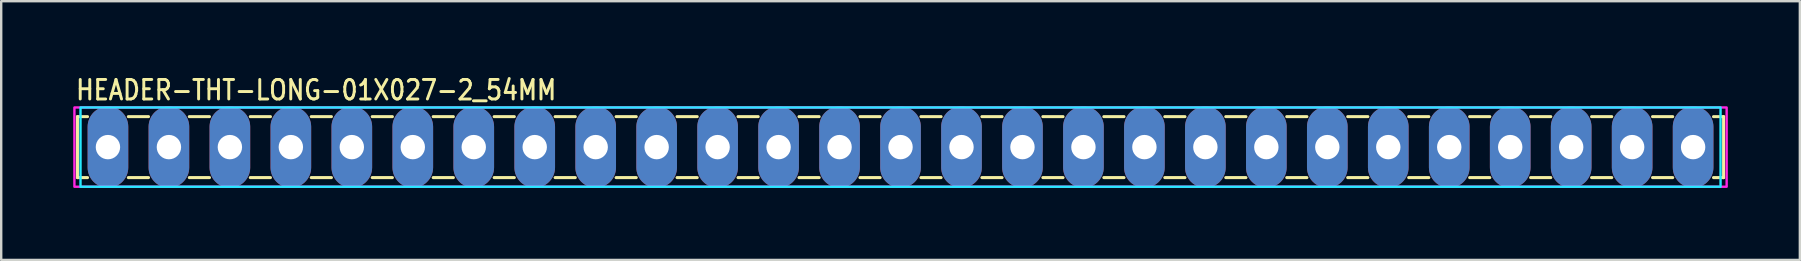
<source format=kicad_pcb>
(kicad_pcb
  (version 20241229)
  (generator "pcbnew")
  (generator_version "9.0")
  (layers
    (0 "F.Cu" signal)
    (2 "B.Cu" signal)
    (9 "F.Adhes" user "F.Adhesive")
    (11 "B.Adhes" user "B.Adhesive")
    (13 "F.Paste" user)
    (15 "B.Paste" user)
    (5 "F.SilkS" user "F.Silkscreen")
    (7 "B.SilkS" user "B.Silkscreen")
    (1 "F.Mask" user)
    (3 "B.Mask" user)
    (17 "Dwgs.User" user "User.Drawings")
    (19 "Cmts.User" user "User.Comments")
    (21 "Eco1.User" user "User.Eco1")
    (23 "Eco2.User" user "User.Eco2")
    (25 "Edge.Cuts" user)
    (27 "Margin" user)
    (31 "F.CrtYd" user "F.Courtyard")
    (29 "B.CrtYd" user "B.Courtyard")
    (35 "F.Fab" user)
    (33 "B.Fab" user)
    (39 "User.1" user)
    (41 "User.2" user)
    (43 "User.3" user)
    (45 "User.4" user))
  (footprint "HEADER-THT-LONG-01X027-2_54MM"
    (layer "F.Cu")
    (at 1.447 3.079)
    (property "Reference" "HEADER-THT-LONG-01X027-2_54MM" (at -1.4 -1.9 0) (unlocked yes) (layer "F.SilkS") (effects (font (size 0.813 0.695) (thickness 0.122)) (justify left bottom)))
    (fp_line (start -1.27 -1.27) (end -1.27 1.27) (stroke (width 0.127) (type solid)) (layer "F.SilkS"))
    (fp_line (start -1.27 1.27) (end -0.85 1.27) (stroke (width 0.127) (type solid)) (layer "F.SilkS"))
    (fp_line (start -0.85 -1.27) (end -1.27 -1.27) (stroke (width 0.127) (type solid)) (layer "F.SilkS"))
    (fp_line (start 0.85 -1.27) (end 1.69 -1.27) (stroke (width 0.127) (type solid)) (layer "F.SilkS"))
    (fp_line (start 0.85 1.27) (end 1.69 1.27) (stroke (width 0.127) (type solid)) (layer "F.SilkS"))
    (fp_line (start 3.39 -1.27) (end 4.23 -1.27) (stroke (width 0.127) (type solid)) (layer "F.SilkS"))
    (fp_line (start 3.39 1.27) (end 4.23 1.27) (stroke (width 0.127) (type solid)) (layer "F.SilkS"))
    (fp_line (start 5.93 -1.27) (end 6.77 -1.27) (stroke (width 0.127) (type solid)) (layer "F.SilkS"))
    (fp_line (start 5.93 1.27) (end 6.77 1.27) (stroke (width 0.127) (type solid)) (layer "F.SilkS"))
    (fp_line (start 8.47 -1.27) (end 9.31 -1.27) (stroke (width 0.127) (type solid)) (layer "F.SilkS"))
    (fp_line (start 8.47 1.27) (end 9.31 1.27) (stroke (width 0.127) (type solid)) (layer "F.SilkS"))
    (fp_line (start 11.01 -1.27) (end 11.85 -1.27) (stroke (width 0.127) (type solid)) (layer "F.SilkS"))
    (fp_line (start 11.01 1.27) (end 11.85 1.27) (stroke (width 0.127) (type solid)) (layer "F.SilkS"))
    (fp_line (start 13.55 -1.27) (end 14.39 -1.27) (stroke (width 0.127) (type solid)) (layer "F.SilkS"))
    (fp_line (start 13.55 1.27) (end 14.39 1.27) (stroke (width 0.127) (type solid)) (layer "F.SilkS"))
    (fp_line (start 16.09 -1.27) (end 16.93 -1.27) (stroke (width 0.127) (type solid)) (layer "F.SilkS"))
    (fp_line (start 16.09 1.27) (end 16.93 1.27) (stroke (width 0.127) (type solid)) (layer "F.SilkS"))
    (fp_line (start 18.63 -1.27) (end 19.47 -1.27) (stroke (width 0.127) (type solid)) (layer "F.SilkS"))
    (fp_line (start 18.63 1.27) (end 19.47 1.27) (stroke (width 0.127) (type solid)) (layer "F.SilkS"))
    (fp_line (start 21.17 -1.27) (end 22.01 -1.27) (stroke (width 0.127) (type solid)) (layer "F.SilkS"))
    (fp_line (start 21.17 1.27) (end 22.01 1.27) (stroke (width 0.127) (type solid)) (layer "F.SilkS"))
    (fp_line (start 23.71 -1.27) (end 24.55 -1.27) (stroke (width 0.127) (type solid)) (layer "F.SilkS"))
    (fp_line (start 23.71 1.27) (end 24.55 1.27) (stroke (width 0.127) (type solid)) (layer "F.SilkS"))
    (fp_line (start 26.25 -1.27) (end 27.09 -1.27) (stroke (width 0.127) (type solid)) (layer "F.SilkS"))
    (fp_line (start 26.25 1.27) (end 27.09 1.27) (stroke (width 0.127) (type solid)) (layer "F.SilkS"))
    (fp_line (start 28.79 -1.27) (end 29.63 -1.27) (stroke (width 0.127) (type solid)) (layer "F.SilkS"))
    (fp_line (start 28.79 1.27) (end 29.63 1.27) (stroke (width 0.127) (type solid)) (layer "F.SilkS"))
    (fp_line (start 31.33 -1.27) (end 32.17 -1.27) (stroke (width 0.127) (type solid)) (layer "F.SilkS"))
    (fp_line (start 31.33 1.27) (end 32.17 1.27) (stroke (width 0.127) (type solid)) (layer "F.SilkS"))
    (fp_line (start 33.87 -1.27) (end 34.71 -1.27) (stroke (width 0.127) (type solid)) (layer "F.SilkS"))
    (fp_line (start 33.87 1.27) (end 34.71 1.27) (stroke (width 0.127) (type solid)) (layer "F.SilkS"))
    (fp_line (start 36.41 -1.27) (end 37.25 -1.27) (stroke (width 0.127) (type solid)) (layer "F.SilkS"))
    (fp_line (start 36.41 1.27) (end 37.25 1.27) (stroke (width 0.127) (type solid)) (layer "F.SilkS"))
    (fp_line (start 38.95 -1.27) (end 39.79 -1.27) (stroke (width 0.127) (type solid)) (layer "F.SilkS"))
    (fp_line (start 38.95 1.27) (end 39.79 1.27) (stroke (width 0.127) (type solid)) (layer "F.SilkS"))
    (fp_line (start 41.49 -1.27) (end 42.33 -1.27) (stroke (width 0.127) (type solid)) (layer "F.SilkS"))
    (fp_line (start 41.49 1.27) (end 42.33 1.27) (stroke (width 0.127) (type solid)) (layer "F.SilkS"))
    (fp_line (start 44.03 -1.27) (end 44.87 -1.27) (stroke (width 0.127) (type solid)) (layer "F.SilkS"))
    (fp_line (start 44.03 1.27) (end 44.87 1.27) (stroke (width 0.127) (type solid)) (layer "F.SilkS"))
    (fp_line (start 46.57 -1.27) (end 47.41 -1.27) (stroke (width 0.127) (type solid)) (layer "F.SilkS"))
    (fp_line (start 46.57 1.27) (end 47.41 1.27) (stroke (width 0.127) (type solid)) (layer "F.SilkS"))
    (fp_line (start 49.11 -1.27) (end 49.95 -1.27) (stroke (width 0.127) (type solid)) (layer "F.SilkS"))
    (fp_line (start 49.11 1.27) (end 49.95 1.27) (stroke (width 0.127) (type solid)) (layer "F.SilkS"))
    (fp_line (start 51.65 -1.27) (end 52.49 -1.27) (stroke (width 0.127) (type solid)) (layer "F.SilkS"))
    (fp_line (start 51.65 1.27) (end 52.49 1.27) (stroke (width 0.127) (type solid)) (layer "F.SilkS"))
    (fp_line (start 54.19 -1.27) (end 55.03 -1.27) (stroke (width 0.127) (type solid)) (layer "F.SilkS"))
    (fp_line (start 54.19 1.27) (end 55.03 1.27) (stroke (width 0.127) (type solid)) (layer "F.SilkS"))
    (fp_line (start 56.73 -1.27) (end 57.57 -1.27) (stroke (width 0.127) (type solid)) (layer "F.SilkS"))
    (fp_line (start 56.73 1.27) (end 57.57 1.27) (stroke (width 0.127) (type solid)) (layer "F.SilkS"))
    (fp_line (start 59.27 -1.27) (end 60.11 -1.27) (stroke (width 0.127) (type solid)) (layer "F.SilkS"))
    (fp_line (start 59.27 1.27) (end 60.11 1.27) (stroke (width 0.127) (type solid)) (layer "F.SilkS"))
    (fp_line (start 61.81 -1.27) (end 62.65 -1.27) (stroke (width 0.127) (type solid)) (layer "F.SilkS"))
    (fp_line (start 61.81 1.27) (end 62.65 1.27) (stroke (width 0.127) (type solid)) (layer "F.SilkS"))
    (fp_line (start 64.35 -1.27) (end 65.19 -1.27) (stroke (width 0.127) (type solid)) (layer "F.SilkS"))
    (fp_line (start 64.35 1.27) (end 65.19 1.27) (stroke (width 0.127) (type solid)) (layer "F.SilkS"))
    (fp_line (start 66.89 -1.27) (end 67.31 -1.27) (stroke (width 0.127) (type solid)) (layer "F.SilkS"))
    (fp_line (start 67.31 -1.27) (end 67.31 1.27) (stroke (width 0.127) (type solid)) (layer "F.SilkS"))
    (fp_line (start 67.31 1.27) (end 66.89 1.27) (stroke (width 0.127) (type solid)) (layer "F.SilkS"))
    (fp_poly (pts (xy -1.143 -1.651) (xy 67.183 -1.651) (xy 67.183 1.651) (xy -1.143 1.651)) (stroke (width 0.1) (type solid)) (fill no) (layer "B.CrtYd"))
    (fp_poly (pts (xy -1.397 -1.651) (xy 67.437 -1.651) (xy 67.437 1.651) (xy -1.397 1.651)) (stroke (width 0.1) (type solid)) (fill no) (layer "F.CrtYd"))
    (pad "P$1" thru_hole oval (at 0 0 90) (size 3.387 1.693) (drill 1.016) (layers "*.Cu" "*.Mask"))
    (pad "P$2" thru_hole oval (at 2.54 0 90) (size 3.387 1.693) (drill 1.016) (layers "*.Cu" "*.Mask"))
    (pad "P$3" thru_hole oval (at 5.08 0 90) (size 3.387 1.693) (drill 1.016) (layers "*.Cu" "*.Mask"))
    (pad "P$4" thru_hole oval (at 7.62 0 90) (size 3.387 1.693) (drill 1.016) (layers "*.Cu" "*.Mask"))
    (pad "P$5" thru_hole oval (at 10.16 0 90) (size 3.387 1.693) (drill 1.016) (layers "*.Cu" "*.Mask"))
    (pad "P$6" thru_hole oval (at 12.7 0 90) (size 3.387 1.693) (drill 1.016) (layers "*.Cu" "*.Mask"))
    (pad "P$7" thru_hole oval (at 15.24 0 90) (size 3.387 1.693) (drill 1.016) (layers "*.Cu" "*.Mask"))
    (pad "P$8" thru_hole oval (at 17.78 0 90) (size 3.387 1.693) (drill 1.016) (layers "*.Cu" "*.Mask"))
    (pad "P$9" thru_hole oval (at 20.32 0 90) (size 3.387 1.693) (drill 1.016) (layers "*.Cu" "*.Mask"))
    (pad "P$10" thru_hole oval (at 22.86 0 90) (size 3.387 1.693) (drill 1.016) (layers "*.Cu" "*.Mask"))
    (pad "P$11" thru_hole oval (at 25.4 0 90) (size 3.387 1.693) (drill 1.016) (layers "*.Cu" "*.Mask"))
    (pad "P$12" thru_hole oval (at 27.94 0 90) (size 3.387 1.693) (drill 1.016) (layers "*.Cu" "*.Mask"))
    (pad "P$13" thru_hole oval (at 30.48 0 90) (size 3.387 1.693) (drill 1.016) (layers "*.Cu" "*.Mask"))
    (pad "P$14" thru_hole oval (at 33.02 0 90) (size 3.387 1.693) (drill 1.016) (layers "*.Cu" "*.Mask"))
    (pad "P$15" thru_hole oval (at 35.56 0 90) (size 3.387 1.693) (drill 1.016) (layers "*.Cu" "*.Mask"))
    (pad "P$16" thru_hole oval (at 38.1 0 90) (size 3.387 1.693) (drill 1.016) (layers "*.Cu" "*.Mask"))
    (pad "P$17" thru_hole oval (at 40.64 0 90) (size 3.387 1.693) (drill 1.016) (layers "*.Cu" "*.Mask"))
    (pad "P$18" thru_hole oval (at 43.18 0 90) (size 3.387 1.693) (drill 1.016) (layers "*.Cu" "*.Mask"))
    (pad "P$19" thru_hole oval (at 45.72 0 90) (size 3.387 1.693) (drill 1.016) (layers "*.Cu" "*.Mask"))
    (pad "P$20" thru_hole oval (at 48.26 0 90) (size 3.387 1.693) (drill 1.016) (layers "*.Cu" "*.Mask"))
    (pad "P$21" thru_hole oval (at 50.8 0 90) (size 3.387 1.693) (drill 1.016) (layers "*.Cu" "*.Mask"))
    (pad "P$22" thru_hole oval (at 53.34 0 90) (size 3.387 1.693) (drill 1.016) (layers "*.Cu" "*.Mask"))
    (pad "P$23" thru_hole oval (at 55.88 0 90) (size 3.387 1.693) (drill 1.016) (layers "*.Cu" "*.Mask"))
    (pad "P$24" thru_hole oval (at 58.42 0 90) (size 3.387 1.693) (drill 1.016) (layers "*.Cu" "*.Mask"))
    (pad "P$25" thru_hole oval (at 60.96 0 90) (size 3.387 1.693) (drill 1.016) (layers "*.Cu" "*.Mask"))
    (pad "P$26" thru_hole oval (at 63.5 0 90) (size 3.387 1.693) (drill 1.016) (layers "*.Cu" "*.Mask"))
    (pad "P$27" thru_hole oval (at 66.04 0 90) (size 3.387 1.693) (drill 1.016) (layers "*.Cu" "*.Mask")))
  (gr_rect
    (start -3 -3)
    (end 71.934 7.78)
    (stroke (width 0.1) (type default))
    (fill no)
    (layer "Edge.Cuts")))
</source>
